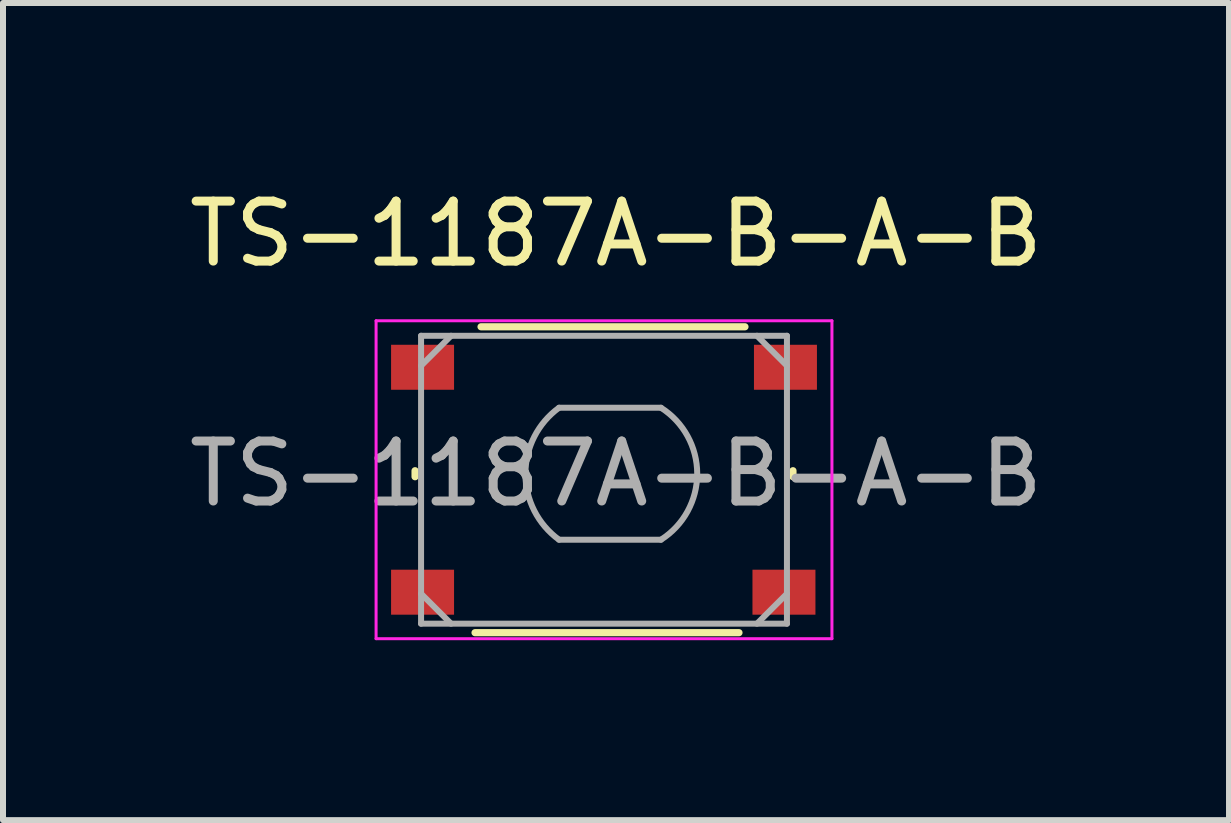
<source format=kicad_pcb>
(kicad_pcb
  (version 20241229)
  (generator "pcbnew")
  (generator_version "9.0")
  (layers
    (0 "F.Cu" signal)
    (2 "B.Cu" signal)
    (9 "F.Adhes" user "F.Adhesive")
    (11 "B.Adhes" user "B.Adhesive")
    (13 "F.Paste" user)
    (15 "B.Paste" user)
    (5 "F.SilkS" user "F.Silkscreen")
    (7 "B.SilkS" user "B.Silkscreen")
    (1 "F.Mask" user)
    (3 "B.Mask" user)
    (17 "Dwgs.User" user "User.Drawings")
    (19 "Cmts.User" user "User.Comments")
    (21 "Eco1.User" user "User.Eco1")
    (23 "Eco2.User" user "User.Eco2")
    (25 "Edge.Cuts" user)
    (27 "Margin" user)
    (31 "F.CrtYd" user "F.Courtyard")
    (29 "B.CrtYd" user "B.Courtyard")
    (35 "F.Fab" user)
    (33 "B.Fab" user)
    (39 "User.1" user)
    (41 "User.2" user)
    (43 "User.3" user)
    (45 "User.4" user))
  (footprint "TS-1187A-B-A-B"
    (layer "F.Cu")
    (at 7.07 4.848)
    (property "Reference" "TS-1187A-B-A-B" (at 0.15 -4 0) (layer "F.SilkS") (effects (font (size 1 1) (thickness 0.15))))
    (attr smd)
    (fp_line (start -3.2 0.05) (end -3.2 -0.05) (stroke (width 0.12) (type solid)) (layer "F.SilkS"))
    (fp_line (start -2.2 2.65) (end 2.2 2.65) (stroke (width 0.12) (type solid)) (layer "F.SilkS"))
    (fp_line (start 2.3 -2.45) (end -2.1 -2.45) (stroke (width 0.12) (type solid)) (layer "F.SilkS"))
    (fp_line (start 3.1 0.05) (end 3.1 -0.05) (stroke (width 0.12) (type solid)) (layer "F.SilkS"))
    (fp_line (start -3.85 -2.55) (end 3.75 -2.55) (stroke (width 0.05) (type solid)) (layer "F.CrtYd"))
    (fp_line (start -3.85 2.75) (end -3.85 -2.55) (stroke (width 0.05) (type solid)) (layer "F.CrtYd"))
    (fp_line (start 3.75 -2.55) (end 3.75 2.75) (stroke (width 0.05) (type solid)) (layer "F.CrtYd"))
    (fp_line (start 3.75 2.75) (end -3.85 2.75) (stroke (width 0.05) (type solid)) (layer "F.CrtYd"))
    (fp_line (start -3.1 -2.3) (end 3 -2.3) (stroke (width 0.1) (type solid)) (layer "F.Fab"))
    (fp_line (start -3.1 -1.8) (end -2.6 -2.3) (stroke (width 0.1) (type solid)) (layer "F.Fab"))
    (fp_line (start -3.1 2) (end -2.6 2.5) (stroke (width 0.1) (type solid)) (layer "F.Fab"))
    (fp_line (start -3.1 2.5) (end -3.1 -2.3) (stroke (width 0.1) (type solid)) (layer "F.Fab"))
    (fp_line (start -0.8 -1.1) (end 0.9 -1.1) (stroke (width 0.1) (type solid)) (layer "F.Fab"))
    (fp_line (start 0.9 1.1) (end -0.8 1.1) (stroke (width 0.1) (type solid)) (layer "F.Fab"))
    (fp_line (start 2.5 -2.3) (end 3 -1.8) (stroke (width 0.1) (type solid)) (layer "F.Fab"))
    (fp_line (start 2.5 2.5) (end 3 2) (stroke (width 0.1) (type solid)) (layer "F.Fab"))
    (fp_line (start 3 -2.3) (end 3 2.5) (stroke (width 0.1) (type solid)) (layer "F.Fab"))
    (fp_line (start 3 2.5) (end -3.1 2.5) (stroke (width 0.1) (type solid)) (layer "F.Fab"))
    (fp_arc (start -0.8 1.099999) (mid -1.360147 0) (end -0.8 -1.099999) (stroke (width 0.1) (type solid)) (layer "F.Fab"))
    (fp_arc (start 0.9 -1.099999) (mid 1.50384 0) (end 0.899999 1.099999) (stroke (width 0.1) (type solid)) (layer "F.Fab"))
    (fp_text user "${REFERENCE}" (at 0.15 0 0) (layer "F.Fab") (effects (font (size 1 1) (thickness 0.15))))
    (pad "1" smd rect (at -3.075 -1.775) (size 1.05 0.75) (layers "F.Cu" "F.Mask" "F.Paste"))
    (pad "1" smd rect (at 2.975 -1.775) (size 1.05 0.75) (layers "F.Cu" "F.Mask" "F.Paste"))
    (pad "2" smd rect (at -3.075 1.975) (size 1.05 0.75) (layers "F.Cu" "F.Mask" "F.Paste"))
    (pad "2" smd rect (at 2.95 1.975) (size 1.05 0.75) (layers "F.Cu" "F.Mask" "F.Paste")))
  (gr_rect
    (start -3 -3)
    (end 17.44 10.623)
    (stroke (width 0.1) (type default))
    (fill no)
    (layer "Edge.Cuts")))
</source>
